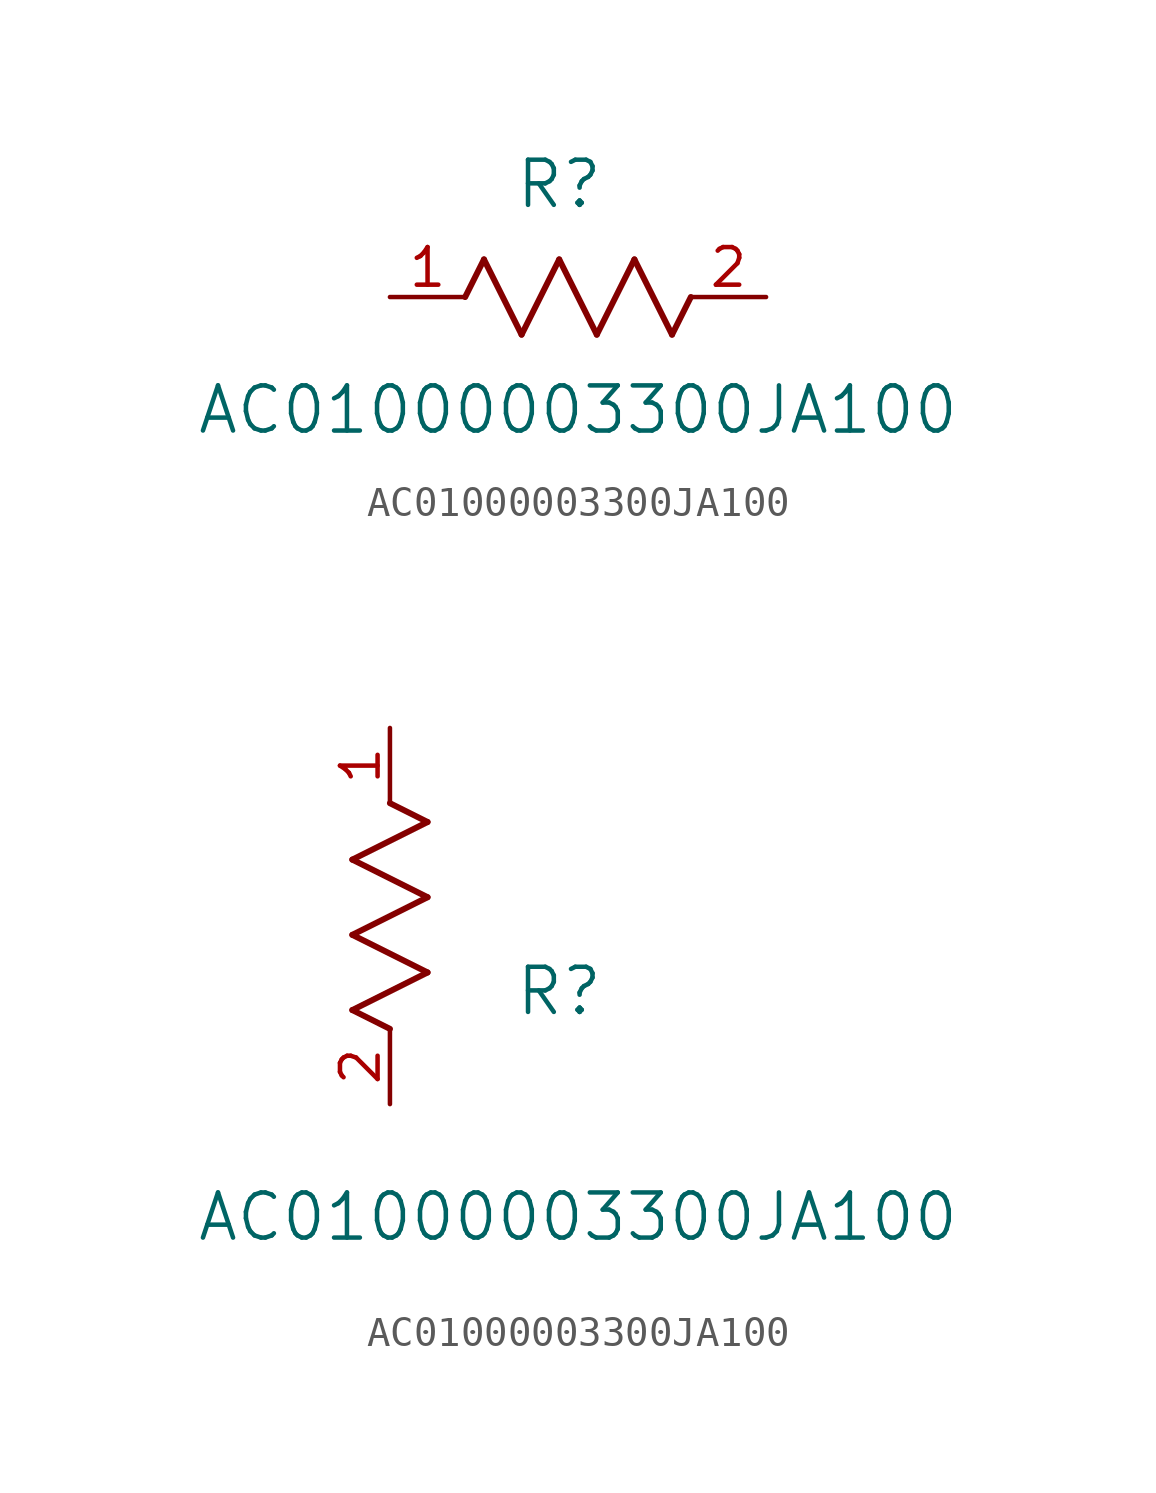
<source format=kicad_sym>
(kicad_symbol_lib
  (version 20211014)
  (generator kicad_symbol_editor)
  (symbol "AC01000003300JA100"
    (pin_names
      (offset 0.254))
    (property "Reference" "R"
      (at 5.715 3.81 0)
      (effects (font (size 1.524 1.524))))
    (property "Value" "AC01000003300JA100"
      (at 6.35 -3.81 0)
      (effects (font (size 1.524 1.524))))
    (symbol "AC01000003300JA100_1_1"
      (polyline (pts (xy 3.175 1.27) (xy 4.445 -1.27)) (stroke (width 0.203) (type default) (color 0 0 0 0)) (fill (type none)))
      (polyline (pts (xy 4.445 -1.27) (xy 5.715 1.27)) (stroke (width 0.203) (type default) (color 0 0 0 0)) (fill (type none)))
      (polyline (pts (xy 5.715 1.27) (xy 6.985 -1.27)) (stroke (width 0.203) (type default) (color 0 0 0 0)) (fill (type none)))
      (polyline (pts (xy 6.985 -1.27) (xy 8.255 1.27)) (stroke (width 0.203) (type default) (color 0 0 0 0)) (fill (type none)))
      (polyline (pts (xy 8.255 1.27) (xy 9.525 -1.27)) (stroke (width 0.203) (type default) (color 0 0 0 0)) (fill (type none)))
      (polyline (pts (xy 2.54 0) (xy 3.175 1.27)) (stroke (width 0.203) (type default) (color 0 0 0 0)) (fill (type none)))
      (polyline (pts (xy 9.525 -1.27) (xy 10.16 0)) (stroke (width 0.203) (type default) (color 0 0 0 0)) (fill (type none)))
      (pin unspecified line (at 0 0 0) (length 2.54) (name "" (effects (font (size 1.27 1.27)))) (number "1" (effects (font (size 1.27 1.27)))))
      (pin unspecified line (at 12.7 0 180) (length 2.54) (name "" (effects (font (size 1.27 1.27)))) (number "2" (effects (font (size 1.27 1.27))))))
    (symbol "AC01000003300JA100_1_2"
      (polyline (pts (xy 0 2.54) (xy -1.27 3.175)) (stroke (width 0.203) (type default) (color 0 0 0 0)) (fill (type none)))
      (polyline (pts (xy -1.27 3.175) (xy 1.27 4.445)) (stroke (width 0.203) (type default) (color 0 0 0 0)) (fill (type none)))
      (polyline (pts (xy 1.27 4.445) (xy -1.27 5.715)) (stroke (width 0.203) (type default) (color 0 0 0 0)) (fill (type none)))
      (polyline (pts (xy -1.27 5.715) (xy 1.27 6.985)) (stroke (width 0.203) (type default) (color 0 0 0 0)) (fill (type none)))
      (polyline (pts (xy -1.27 8.255) (xy 1.27 9.525)) (stroke (width 0.203) (type default) (color 0 0 0 0)) (fill (type none)))
      (polyline (pts (xy 1.27 9.525) (xy 0 10.16)) (stroke (width 0.203) (type default) (color 0 0 0 0)) (fill (type none)))
      (polyline (pts (xy 1.27 6.985) (xy -1.27 8.255)) (stroke (width 0.203) (type default) (color 0 0 0 0)) (fill (type none)))
      (pin unspecified line (at 0 12.7 270) (length 2.54) (name "" (effects (font (size 1.27 1.27)))) (number "1" (effects (font (size 1.27 1.27)))))
      (pin unspecified line (at 0 0 90) (length 2.54) (name "" (effects (font (size 1.27 1.27)))) (number "2" (effects (font (size 1.27 1.27))))))))
</source>
